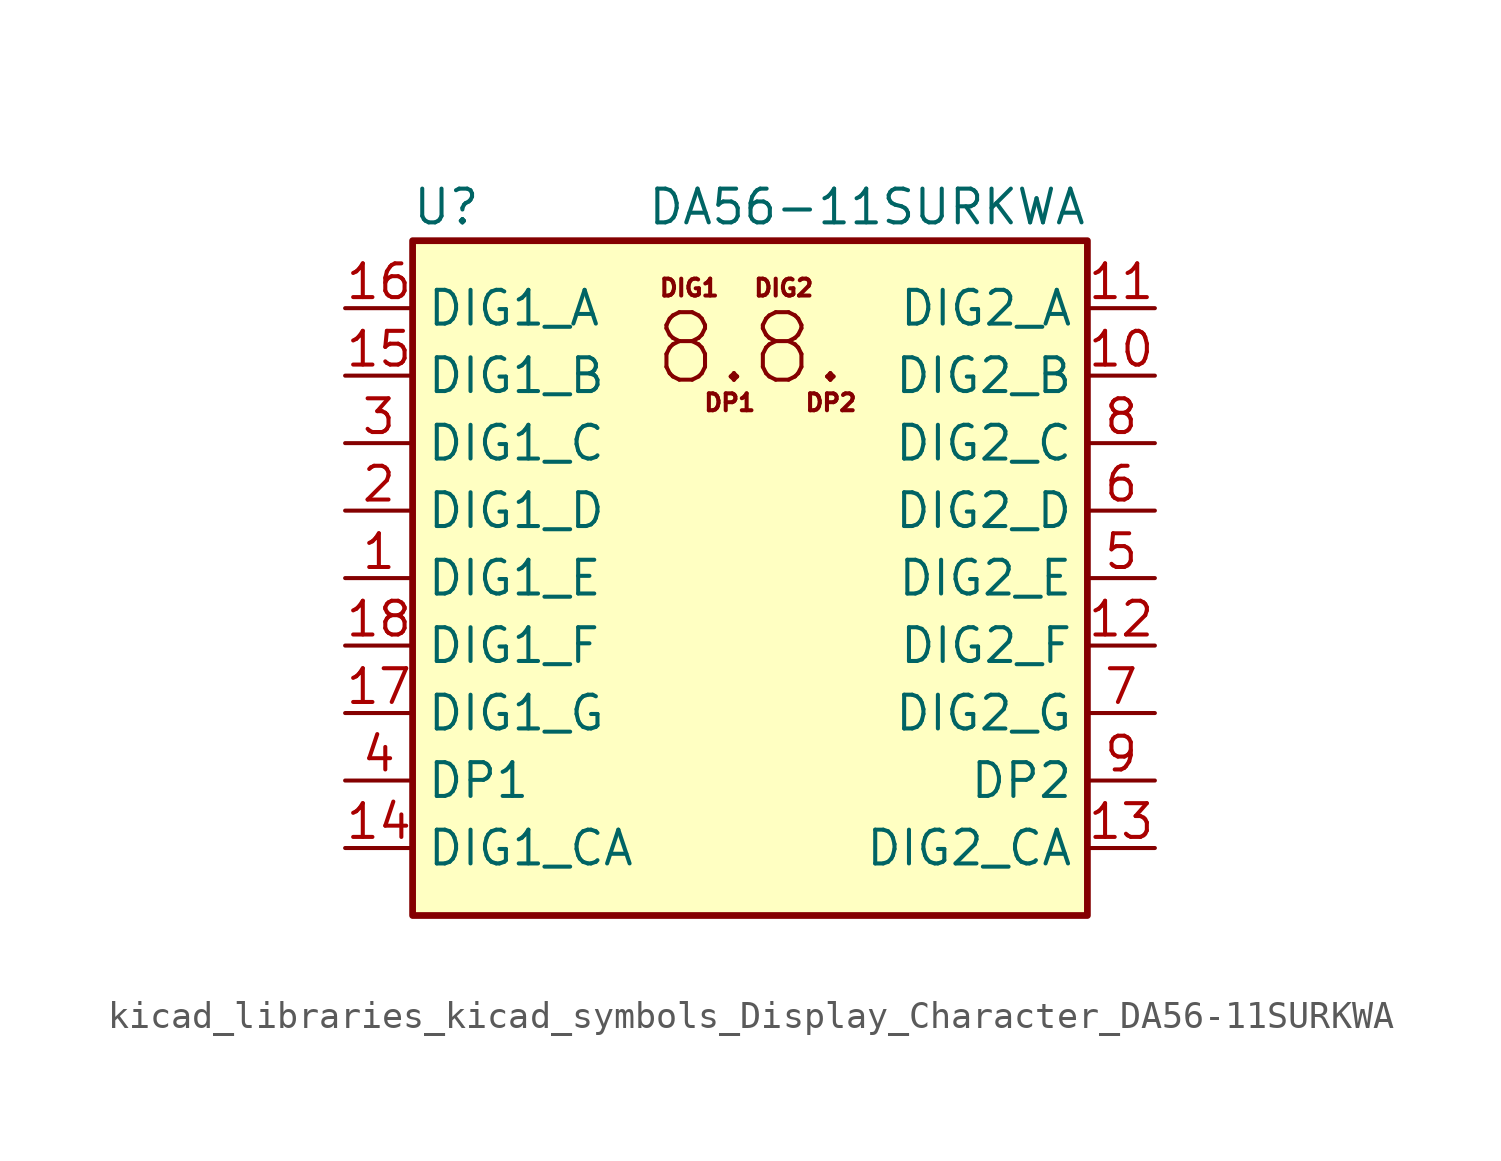
<source format=kicad_sym>
(kicad_symbol_lib
  (version 20220914)
  (generator kicad_symbol_editor)
  (symbol "kicad_libraries_kicad_symbols_Display_Character_DA56-11SURKWA"
    (property "Reference" "U"
      (at -11.43 13.97 0)
      (effects (font (size 1.27 1.27))))
    (property "Value" "DA56-11SURKWA"
      (at 12.7 13.97 0)
      (effects (font (size 1.27 1.27)) (justify right)))
    (symbol "kicad_libraries_kicad_symbols_Display_Character_DA56-11SURKWA_0_0"
      (text "8.8." (at 0 8.636 0) (effects (font (size 2.54 2.54))))
      (text "DIG1" (at -2.286 10.922 0) (effects (font (size 0.635 0.635))))
      (text "DIG2" (at 1.27 10.922 0) (effects (font (size 0.635 0.635))))
      (text "DP1" (at -0.762 6.604 0) (effects (font (size 0.635 0.635))))
      (text "DP2" (at 3.048 6.604 0) (effects (font (size 0.635 0.635)))))
    (symbol "kicad_libraries_kicad_symbols_Display_Character_DA56-11SURKWA_0_1"
      (rectangle (start -12.7 12.7) (end 12.7 -12.7) (stroke (width 0.254) (type default)) (fill (type background))))
    (symbol "kicad_libraries_kicad_symbols_Display_Character_DA56-11SURKWA_1_1"
      (pin input line (at -15.24 0 0) (length 2.54) (name "DIG1_E" (effects (font (size 1.27 1.27)))) (number "1" (effects (font (size 1.27 1.27)))))
      (pin input line (at 15.24 7.62 180) (length 2.54) (name "DIG2_B" (effects (font (size 1.27 1.27)))) (number "10" (effects (font (size 1.27 1.27)))))
      (pin input line (at 15.24 10.16 180) (length 2.54) (name "DIG2_A" (effects (font (size 1.27 1.27)))) (number "11" (effects (font (size 1.27 1.27)))))
      (pin input line (at 15.24 -2.54 180) (length 2.54) (name "DIG2_F" (effects (font (size 1.27 1.27)))) (number "12" (effects (font (size 1.27 1.27)))))
      (pin input line (at 15.24 -10.16 180) (length 2.54) (name "DIG2_CA" (effects (font (size 1.27 1.27)))) (number "13" (effects (font (size 1.27 1.27)))))
      (pin input line (at -15.24 -10.16 0) (length 2.54) (name "DIG1_CA" (effects (font (size 1.27 1.27)))) (number "14" (effects (font (size 1.27 1.27)))))
      (pin input line (at -15.24 7.62 0) (length 2.54) (name "DIG1_B" (effects (font (size 1.27 1.27)))) (number "15" (effects (font (size 1.27 1.27)))))
      (pin input line (at -15.24 10.16 0) (length 2.54) (name "DIG1_A" (effects (font (size 1.27 1.27)))) (number "16" (effects (font (size 1.27 1.27)))))
      (pin input line (at -15.24 -5.08 0) (length 2.54) (name "DIG1_G" (effects (font (size 1.27 1.27)))) (number "17" (effects (font (size 1.27 1.27)))))
      (pin input line (at -15.24 -2.54 0) (length 2.54) (name "DIG1_F" (effects (font (size 1.27 1.27)))) (number "18" (effects (font (size 1.27 1.27)))))
      (pin input line (at -15.24 2.54 0) (length 2.54) (name "DIG1_D" (effects (font (size 1.27 1.27)))) (number "2" (effects (font (size 1.27 1.27)))))
      (pin input line (at -15.24 5.08 0) (length 2.54) (name "DIG1_C" (effects (font (size 1.27 1.27)))) (number "3" (effects (font (size 1.27 1.27)))))
      (pin input line (at -15.24 -7.62 0) (length 2.54) (name "DP1" (effects (font (size 1.27 1.27)))) (number "4" (effects (font (size 1.27 1.27)))))
      (pin input line (at 15.24 0 180) (length 2.54) (name "DIG2_E" (effects (font (size 1.27 1.27)))) (number "5" (effects (font (size 1.27 1.27)))))
      (pin input line (at 15.24 2.54 180) (length 2.54) (name "DIG2_D" (effects (font (size 1.27 1.27)))) (number "6" (effects (font (size 1.27 1.27)))))
      (pin input line (at 15.24 -5.08 180) (length 2.54) (name "DIG2_G" (effects (font (size 1.27 1.27)))) (number "7" (effects (font (size 1.27 1.27)))))
      (pin input line (at 15.24 5.08 180) (length 2.54) (name "DIG2_C" (effects (font (size 1.27 1.27)))) (number "8" (effects (font (size 1.27 1.27)))))
      (pin input line (at 15.24 -7.62 180) (length 2.54) (name "DP2" (effects (font (size 1.27 1.27)))) (number "9" (effects (font (size 1.27 1.27))))))))
</source>
